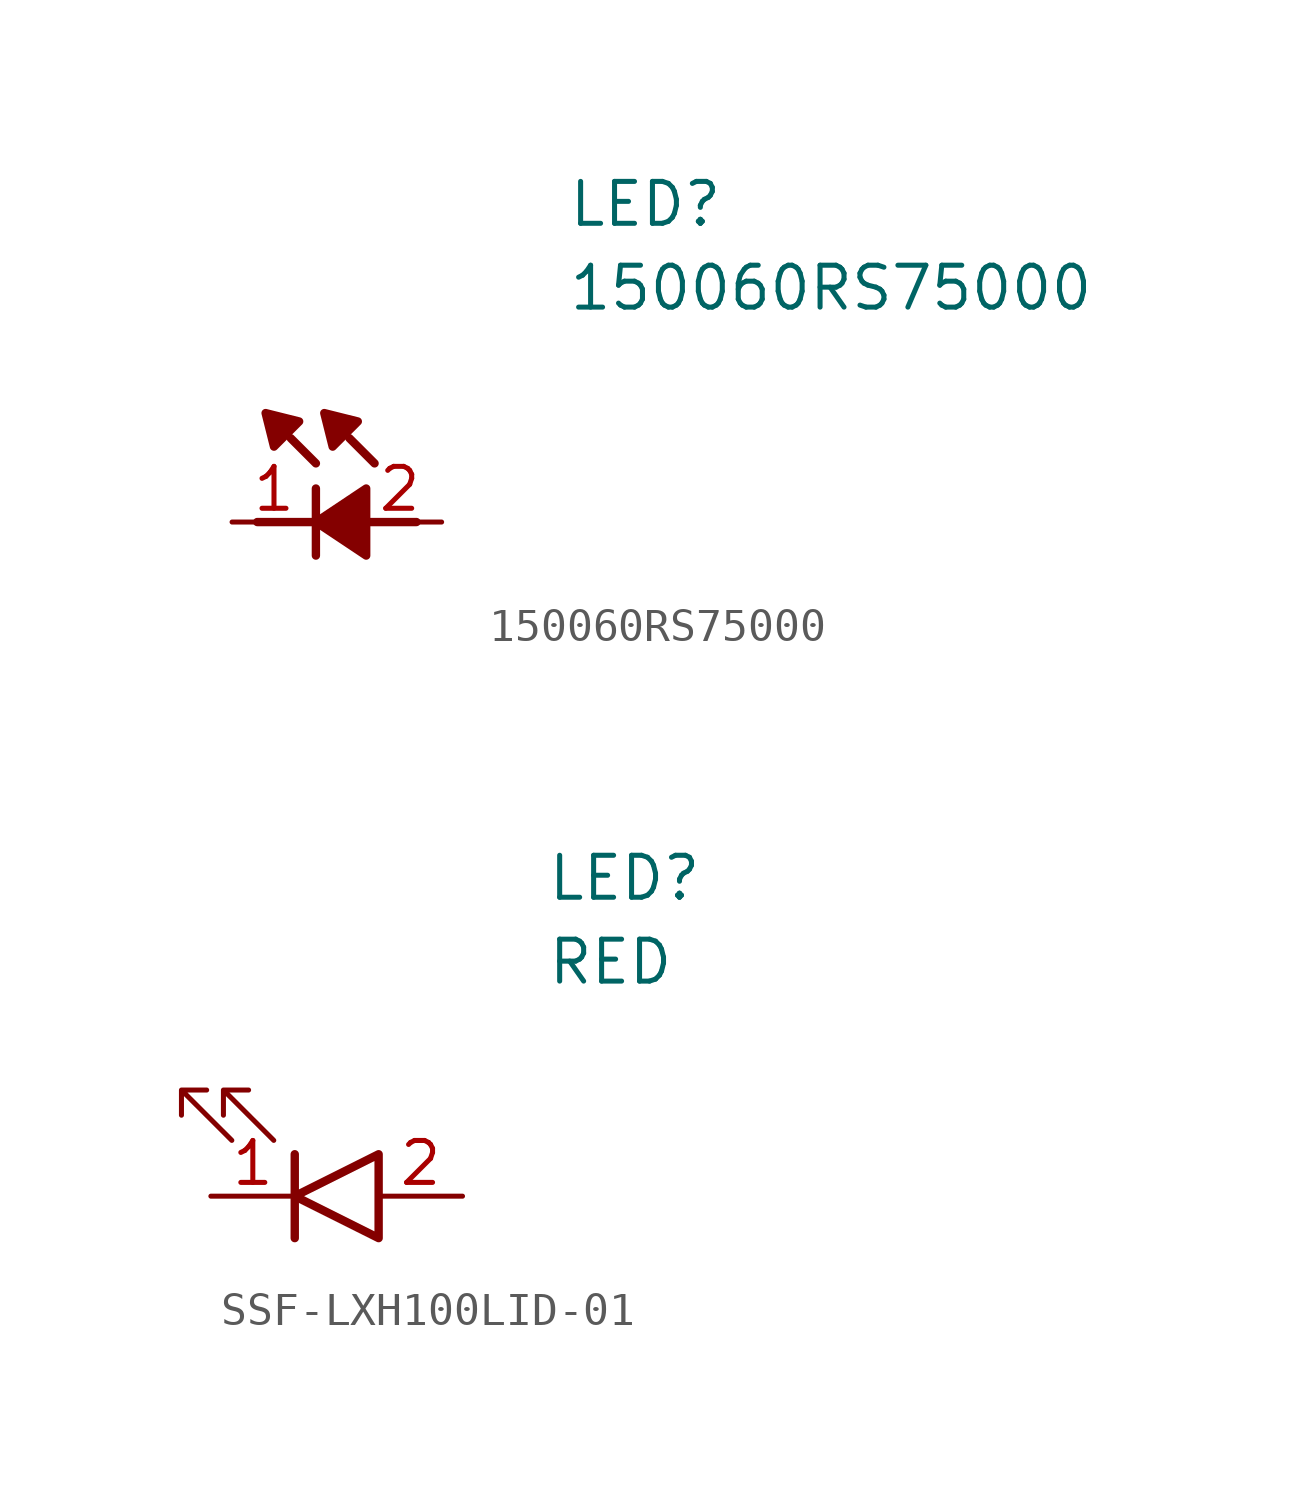
<source format=kicad_sym>
(kicad_symbol_lib
  (version 20241209)
  (generator "kicad_symbol_editor")
  (generator_version "9.0")
  (symbol "150060RS75000"
    (pin_names
      (hide yes))
    (property "Reference" "LED"
      (at 12.7 8.89 0)
      (effects (font (size 1.27 1.27)) (justify left bottom)))
    (property "Value" "150060RS75000"
      (at 12.7 6.35 0)
      (effects (font (size 1.27 1.27)) (justify left bottom)))
    (symbol "150060RS75000_1_1"
      (polyline (pts (xy 3.302 0) (xy 5.842 0)) (stroke (width 0.254) (type default)) (fill (type none)))
      (polyline (pts (xy 4.572 3.048) (xy 3.81 2.286) (xy 3.556 3.302) (xy 4.572 3.048)) (stroke (width 0.254) (type default)) (fill (type outline)))
      (polyline (pts (xy 5.08 1.778) (xy 4.318 2.54)) (stroke (width 0.254) (type default)) (fill (type none)))
      (polyline (pts (xy 5.08 1.016) (xy 5.08 -1.016)) (stroke (width 0.254) (type default)) (fill (type none)))
      (polyline (pts (xy 5.08 0) (xy 6.604 1.016) (xy 6.604 -1.016) (xy 5.08 0)) (stroke (width 0.254) (type default)) (fill (type outline)))
      (polyline (pts (xy 5.588 0) (xy 8.128 0)) (stroke (width 0.254) (type default)) (fill (type none)))
      (polyline (pts (xy 6.35 3.048) (xy 5.588 2.286) (xy 5.334 3.302) (xy 6.35 3.048)) (stroke (width 0.254) (type default)) (fill (type outline)))
      (polyline (pts (xy 6.858 1.778) (xy 6.096 2.54)) (stroke (width 0.254) (type default)) (fill (type none)))
      (pin passive line (at 2.54 0 0) (length 2.54) (name "K" (effects (font (size 1.27 1.27)))) (number "1" (effects (font (size 1.27 1.27)))))
      (pin passive line (at 8.89 0 180) (length 2.54) (name "A" (effects (font (size 1.27 1.27)))) (number "2" (effects (font (size 1.27 1.27)))))))
  (symbol "SSF-LXH100LID-01"
    (pin_names
      (hide yes))
    (property "Reference" "LED"
      (at 12.7 8.89 0)
      (effects (font (size 1.27 1.27)) (justify left bottom)))
    (property "Value" "RED"
      (at 12.7 6.35 0)
      (effects (font (size 1.27 1.27)) (justify left bottom)))
    (symbol "SSF-LXH100LID-01_0_1"
      (polyline (pts (xy 3.174 1.69) (xy 1.649 3.214) (xy 1.649 2.452) (xy 1.649 3.214) (xy 2.412 3.214)) (stroke (width 0) (type default)) (fill (type none)))
      (polyline (pts (xy 4.444 1.69) (xy 2.92 3.214) (xy 2.92 2.452) (xy 2.92 3.214) (xy 3.682 3.214)) (stroke (width 0) (type default)) (fill (type none))))
    (symbol "SSF-LXH100LID-01_1_1"
      (polyline (pts (xy 5.08 1.27) (xy 5.08 -1.27)) (stroke (width 0.254) (type default)) (fill (type none)))
      (polyline (pts (xy 5.08 0) (xy 7.62 1.27) (xy 7.62 -1.27) (xy 5.08 0)) (stroke (width 0.254) (type default)) (fill (type none)))
      (pin passive line (at 2.54 0 0) (length 2.54) (name "K" (effects (font (size 1.27 1.27)))) (number "1" (effects (font (size 1.27 1.27)))))
      (pin passive line (at 10.16 0 180) (length 2.54) (name "A" (effects (font (size 1.27 1.27)))) (number "2" (effects (font (size 1.27 1.27))))))))
</source>
